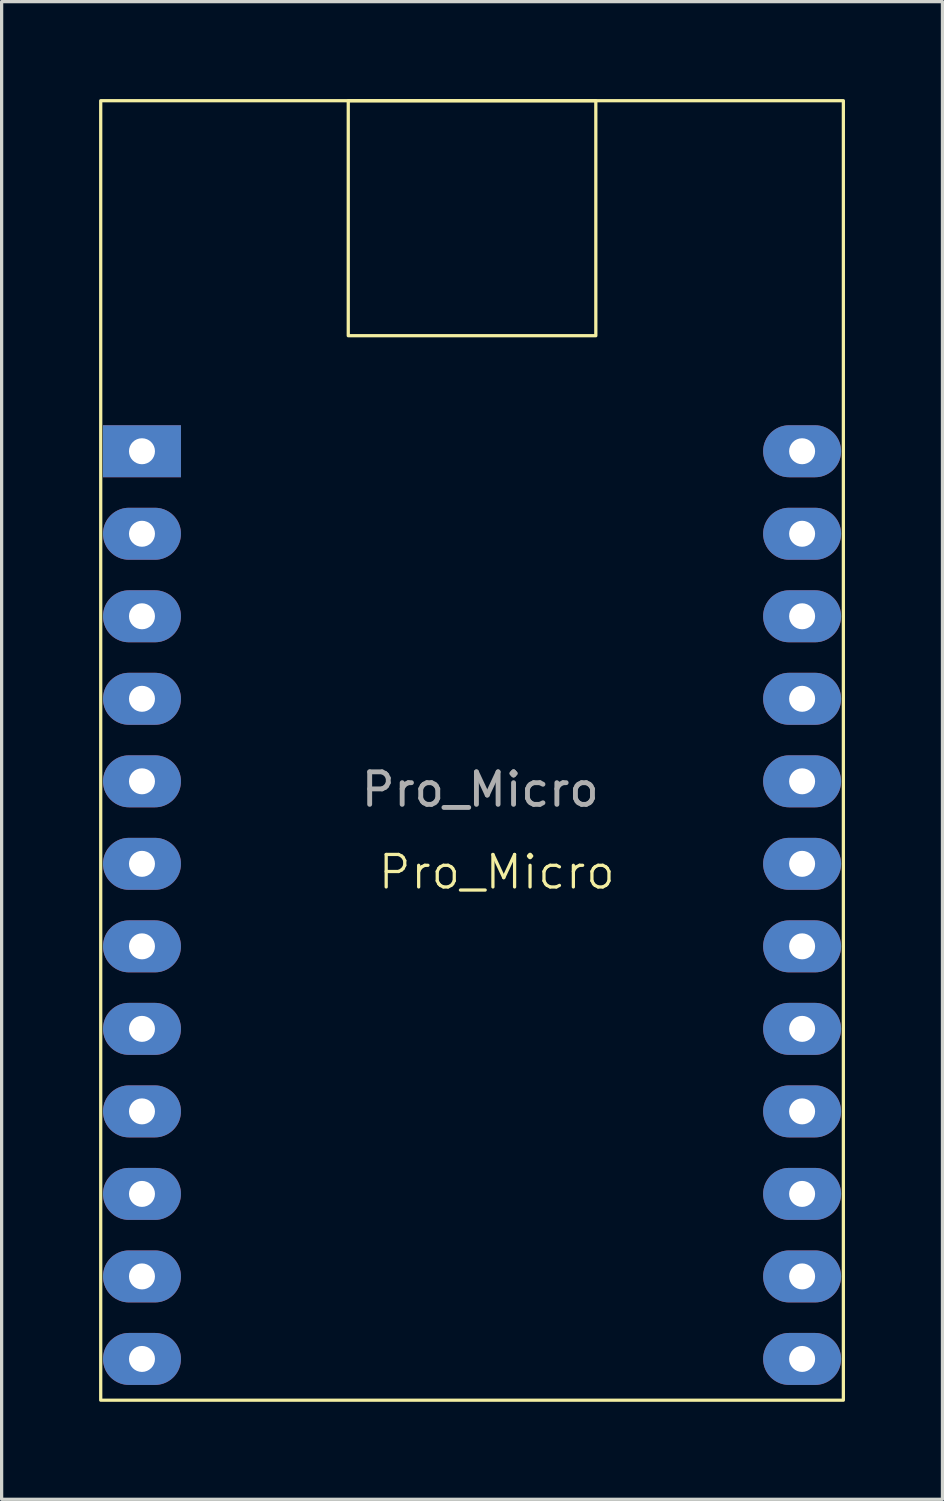
<source format=kicad_pcb>
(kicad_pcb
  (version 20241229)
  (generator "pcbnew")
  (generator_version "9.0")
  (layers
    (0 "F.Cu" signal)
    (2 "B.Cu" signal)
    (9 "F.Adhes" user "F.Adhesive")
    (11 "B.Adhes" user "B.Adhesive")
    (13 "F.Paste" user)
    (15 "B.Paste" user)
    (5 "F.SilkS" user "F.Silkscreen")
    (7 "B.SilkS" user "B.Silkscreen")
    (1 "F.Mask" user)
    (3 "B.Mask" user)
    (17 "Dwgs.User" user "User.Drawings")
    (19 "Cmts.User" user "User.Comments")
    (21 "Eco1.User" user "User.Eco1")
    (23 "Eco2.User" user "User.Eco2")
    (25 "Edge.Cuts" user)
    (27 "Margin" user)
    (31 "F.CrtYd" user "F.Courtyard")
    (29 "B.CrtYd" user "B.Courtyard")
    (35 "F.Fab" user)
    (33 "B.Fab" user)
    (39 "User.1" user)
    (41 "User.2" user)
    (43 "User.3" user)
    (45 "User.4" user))
  (footprint "Pro_Micro"
    (layer "F.Cu")
    (at 1.32 10.84)
    (property "Reference" "Pro_Micro" (at 10.922 12.954 0) (unlocked yes) (layer "F.SilkS") (effects (font (size 1 1) (thickness 0.1))))
    (attr through_hole)
    (fp_rect (start -1.27 -10.79) (end 21.59 29.21) (stroke (width 0.1) (type default)) (fill no) (layer "F.SilkS"))
    (fp_rect (start 6.35 -10.79) (end 13.97 -3.556) (stroke (width 0.1) (type default)) (fill no) (layer "F.SilkS"))
    (fp_text user "${REFERENCE}" (at 10.414 10.414 0) (unlocked yes) (layer "F.Fab") (effects (font (size 1 1) (thickness 0.15))))
    (pad "1" thru_hole rect (at 0 0) (size 2.4 1.6) (drill 0.8) (layers "*.Cu" "*.Mask"))
    (pad "2" thru_hole oval (at 0 2.54) (size 2.4 1.6) (drill 0.8) (layers "*.Cu" "*.Mask"))
    (pad "3" thru_hole oval (at 0 5.08) (size 2.4 1.6) (drill 0.8) (layers "*.Cu" "*.Mask"))
    (pad "4" thru_hole oval (at 0 7.62) (size 2.4 1.6) (drill 0.8) (layers "*.Cu" "*.Mask"))
    (pad "5" thru_hole oval (at 0 10.16) (size 2.4 1.6) (drill 0.8) (layers "*.Cu" "*.Mask"))
    (pad "6" thru_hole oval (at 0 12.7) (size 2.4 1.6) (drill 0.8) (layers "*.Cu" "*.Mask"))
    (pad "7" thru_hole oval (at 0 15.24) (size 2.4 1.6) (drill 0.8) (layers "*.Cu" "*.Mask"))
    (pad "8" thru_hole oval (at 0 17.78) (size 2.4 1.6) (drill 0.8) (layers "*.Cu" "*.Mask"))
    (pad "9" thru_hole oval (at 0 20.32) (size 2.4 1.6) (drill 0.8) (layers "*.Cu" "*.Mask"))
    (pad "10" thru_hole oval (at 0 22.86) (size 2.4 1.6) (drill 0.8) (layers "*.Cu" "*.Mask"))
    (pad "11" thru_hole oval (at 0 25.4) (size 2.4 1.6) (drill 0.8) (layers "*.Cu" "*.Mask"))
    (pad "12" thru_hole oval (at 0 27.94) (size 2.4 1.6) (drill 0.8) (layers "*.Cu" "*.Mask"))
    (pad "13" thru_hole oval (at 20.32 27.94) (size 2.4 1.6) (drill 0.8) (layers "*.Cu" "*.Mask"))
    (pad "14" thru_hole oval (at 20.32 25.4) (size 2.4 1.6) (drill 0.8) (layers "*.Cu" "*.Mask"))
    (pad "15" thru_hole oval (at 20.32 22.86) (size 2.4 1.6) (drill 0.8) (layers "*.Cu" "*.Mask"))
    (pad "16" thru_hole oval (at 20.32 20.32) (size 2.4 1.6) (drill 0.8) (layers "*.Cu" "*.Mask"))
    (pad "17" thru_hole oval (at 20.32 17.78) (size 2.4 1.6) (drill 0.8) (layers "*.Cu" "*.Mask"))
    (pad "18" thru_hole oval (at 20.32 15.24) (size 2.4 1.6) (drill 0.8) (layers "*.Cu" "*.Mask"))
    (pad "19" thru_hole oval (at 20.32 12.7) (size 2.4 1.6) (drill 0.8) (layers "*.Cu" "*.Mask"))
    (pad "20" thru_hole oval (at 20.32 10.16) (size 2.4 1.6) (drill 0.8) (layers "*.Cu" "*.Mask"))
    (pad "21" thru_hole oval (at 20.32 7.62) (size 2.4 1.6) (drill 0.8) (layers "*.Cu" "*.Mask"))
    (pad "22" thru_hole oval (at 20.32 5.08) (size 2.4 1.6) (drill 0.8) (layers "*.Cu" "*.Mask"))
    (pad "23" thru_hole oval (at 20.32 2.54) (size 2.4 1.6) (drill 0.8) (layers "*.Cu" "*.Mask"))
    (pad "24" thru_hole oval (at 20.32 0) (size 2.4 1.6) (drill 0.8) (layers "*.Cu" "*.Mask")))
  (gr_rect
    (start -3 -3)
    (end 25.96 43.1)
    (stroke (width 0.1) (type default))
    (fill no)
    (layer "Edge.Cuts")))
</source>
